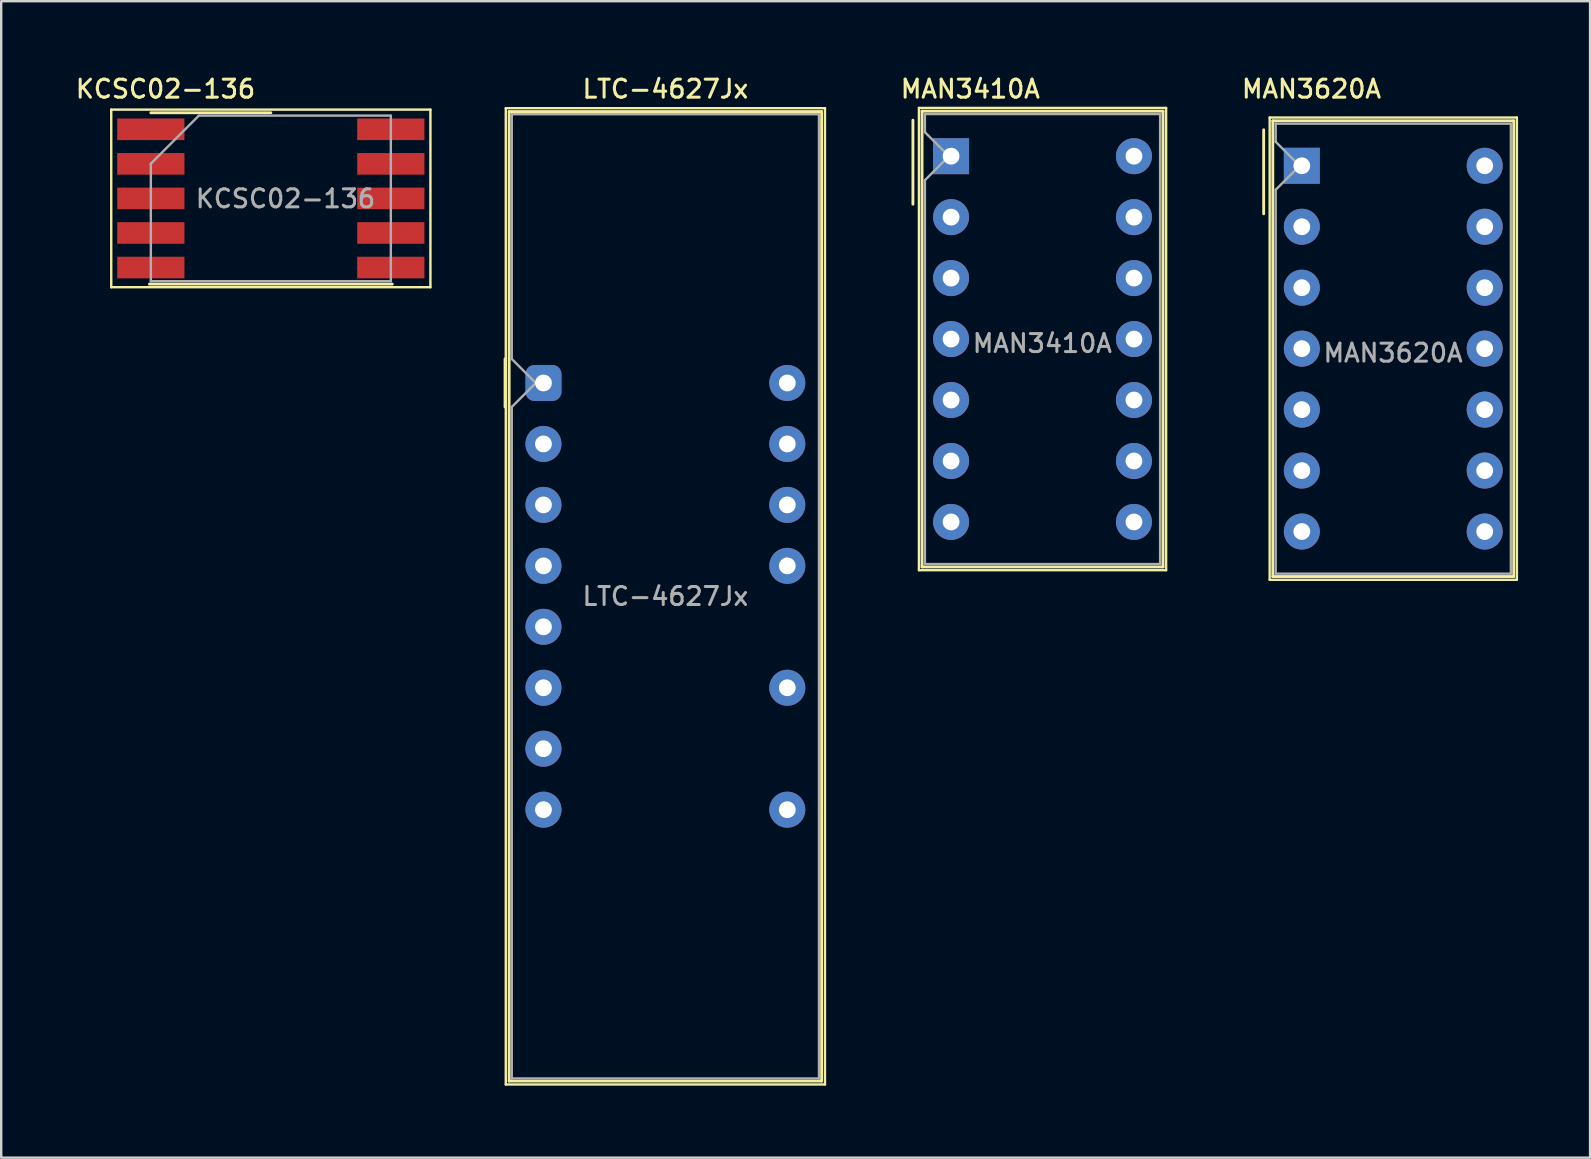
<source format=kicad_pcb>
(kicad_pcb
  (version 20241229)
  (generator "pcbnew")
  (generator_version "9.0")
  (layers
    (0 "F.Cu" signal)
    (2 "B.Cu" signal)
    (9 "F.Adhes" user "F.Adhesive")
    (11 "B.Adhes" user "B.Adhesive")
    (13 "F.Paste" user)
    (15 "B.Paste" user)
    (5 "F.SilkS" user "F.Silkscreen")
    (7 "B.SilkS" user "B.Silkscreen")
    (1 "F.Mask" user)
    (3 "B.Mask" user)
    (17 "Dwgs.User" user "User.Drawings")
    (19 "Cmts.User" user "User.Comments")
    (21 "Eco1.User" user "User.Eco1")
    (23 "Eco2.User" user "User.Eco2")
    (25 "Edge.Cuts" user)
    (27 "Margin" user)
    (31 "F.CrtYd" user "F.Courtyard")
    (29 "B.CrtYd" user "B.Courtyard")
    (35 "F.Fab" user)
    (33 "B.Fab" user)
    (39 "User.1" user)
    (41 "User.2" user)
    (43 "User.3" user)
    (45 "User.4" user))
  (footprint "KCSC02-136"
    (layer "F.Cu")
    (at 8.235 5.218)
    (property "Reference" "KCSC02-136" (at -4.39 -4.56 0) (layer "F.SilkS") (effects (font (size 0.75 0.75) (thickness 0.125))))
    (attr smd)
    (fp_line (start -6.65 -3.7) (end -6.65 3.7) (stroke (width 0.1) (type solid)) (layer "F.SilkS"))
    (fp_line (start -6.65 -3.7) (end 6.65 -3.7) (stroke (width 0.1) (type solid)) (layer "F.SilkS"))
    (fp_line (start -5 -3.57) (end 0 -3.57) (stroke (width 0.12) (type solid)) (layer "F.SilkS"))
    (fp_line (start 5.06 3.57) (end -5.06 3.57) (stroke (width 0.12) (type solid)) (layer "F.SilkS"))
    (fp_line (start 6.65 -3.7) (end 6.65 3.7) (stroke (width 0.1) (type solid)) (layer "F.SilkS"))
    (fp_line (start 6.65 3.7) (end -6.65 3.7) (stroke (width 0.1) (type solid)) (layer "F.SilkS"))
    (fp_line (start -5 -1.45) (end -3 -3.45) (stroke (width 0.1) (type solid)) (layer "F.Fab"))
    (fp_line (start -5 3.45) (end -5 -1.45) (stroke (width 0.1) (type solid)) (layer "F.Fab"))
    (fp_line (start -3 -3.45) (end 5 -3.45) (stroke (width 0.1) (type solid)) (layer "F.Fab"))
    (fp_line (start 5 -3.45) (end 5 3.45) (stroke (width 0.1) (type solid)) (layer "F.Fab"))
    (fp_line (start 5 3.45) (end -5 3.45) (stroke (width 0.1) (type solid)) (layer "F.Fab"))
    (fp_text user "${REFERENCE}" (at 0.61 0.01 0) (layer "F.Fab") (effects (font (size 0.75 0.75) (thickness 0.125))))
    (pad "1" smd rect (at -5 -2.88) (size 2.8 0.9) (layers "F.Cu" "F.Mask" "F.Paste"))
    (pad "2" smd rect (at -5 -1.44) (size 2.8 0.9) (layers "F.Cu" "F.Mask" "F.Paste"))
    (pad "3" smd rect (at -5 0) (size 2.8 0.9) (layers "F.Cu" "F.Mask" "F.Paste"))
    (pad "4" smd rect (at -5 1.44) (size 2.8 0.9) (layers "F.Cu" "F.Mask" "F.Paste"))
    (pad "5" smd rect (at -5 2.88) (size 2.8 0.9) (layers "F.Cu" "F.Mask" "F.Paste"))
    (pad "6" smd rect (at 5 2.88) (size 2.8 0.9) (layers "F.Cu" "F.Mask" "F.Paste"))
    (pad "7" smd rect (at 5 1.44) (size 2.8 0.9) (layers "F.Cu" "F.Mask" "F.Paste"))
    (pad "8" smd rect (at 5 0) (size 2.8 0.9) (layers "F.Cu" "F.Mask" "F.Paste"))
    (pad "9" smd rect (at 5 -1.44) (size 2.8 0.9) (layers "F.Cu" "F.Mask" "F.Paste"))
    (pad "10" smd rect (at 5 -2.88) (size 2.8 0.9) (layers "F.Cu" "F.Mask" "F.Paste")))
  (footprint "MAN3620A"
    (layer "F.Cu")
    (at 51.195 3.858)
    (property "Reference" "MAN3620A" (at 0.4 -3.2 0) (layer "F.SilkS") (effects (font (size 0.75 0.75) (thickness 0.125))))
    (attr through_hole)
    (fp_line (start -1.59 -1.5) (end -1.59 2) (stroke (width 0.12) (type solid)) (layer "F.SilkS"))
    (fp_line (start -1.34 -2.01) (end 8.96 -2.01) (stroke (width 0.1) (type solid)) (layer "F.SilkS"))
    (fp_line (start -1.34 17.25) (end -1.34 -2.01) (stroke (width 0.1) (type solid)) (layer "F.SilkS"))
    (fp_line (start -1.21 -1.875) (end 8.83 -1.875) (stroke (width 0.12) (type solid)) (layer "F.SilkS"))
    (fp_line (start -1.21 17.115) (end -1.21 -1.875) (stroke (width 0.12) (type solid)) (layer "F.SilkS"))
    (fp_line (start 8.83 -1.875) (end 8.83 17.115) (stroke (width 0.12) (type solid)) (layer "F.SilkS"))
    (fp_line (start 8.83 17.115) (end -1.21 17.115) (stroke (width 0.12) (type solid)) (layer "F.SilkS"))
    (fp_line (start 8.96 -2.01) (end 8.96 17.25) (stroke (width 0.1) (type solid)) (layer "F.SilkS"))
    (fp_line (start 8.96 17.25) (end -1.34 17.25) (stroke (width 0.1) (type solid)) (layer "F.SilkS"))
    (fp_line (start -1.09 -1.755) (end 8.71 -1.755) (stroke (width 0.1) (type solid)) (layer "F.Fab"))
    (fp_line (start -1.09 -1) (end -1.09 -1.755) (stroke (width 0.1) (type solid)) (layer "F.Fab"))
    (fp_line (start -1.09 1) (end -0.09 0) (stroke (width 0.1) (type solid)) (layer "F.Fab"))
    (fp_line (start -1.09 16.995) (end -1.09 1) (stroke (width 0.1) (type solid)) (layer "F.Fab"))
    (fp_line (start -0.09 0) (end -1.09 -1) (stroke (width 0.1) (type solid)) (layer "F.Fab"))
    (fp_line (start 8.71 -1.755) (end 8.71 16.995) (stroke (width 0.1) (type solid)) (layer "F.Fab"))
    (fp_line (start 8.71 16.995) (end -1.09 16.995) (stroke (width 0.1) (type solid)) (layer "F.Fab"))
    (fp_text user "${REFERENCE}" (at 3.8 7.8 0) (layer "F.Fab") (effects (font (size 0.75 0.75) (thickness 0.125))))
    (pad "1" thru_hole rect (at 0 0) (size 1.5 1.5) (drill 0.7) (layers "*.Cu" "*.Mask"))
    (pad "2" thru_hole circle (at 0 2.54) (size 1.5 1.5) (drill 0.7) (layers "*.Cu" "*.Mask"))
    (pad "3" thru_hole circle (at 0 5.08) (size 1.5 1.5) (drill 0.7) (layers "*.Cu" "*.Mask"))
    (pad "4" thru_hole circle (at 0 7.62) (size 1.5 1.5) (drill 0.7) (layers "*.Cu" "*.Mask"))
    (pad "5" thru_hole circle (at 0 10.16) (size 1.5 1.5) (drill 0.7) (layers "*.Cu" "*.Mask"))
    (pad "6" thru_hole circle (at 0 12.7) (size 1.5 1.5) (drill 0.7) (layers "*.Cu" "*.Mask"))
    (pad "7" thru_hole circle (at 0 15.24) (size 1.5 1.5) (drill 0.7) (layers "*.Cu" "*.Mask"))
    (pad "8" thru_hole circle (at 7.62 15.24) (size 1.5 1.5) (drill 0.7) (layers "*.Cu" "*.Mask"))
    (pad "9" thru_hole circle (at 7.62 12.7) (size 1.5 1.5) (drill 0.7) (layers "*.Cu" "*.Mask"))
    (pad "10" thru_hole circle (at 7.62 10.16) (size 1.5 1.5) (drill 0.7) (layers "*.Cu" "*.Mask"))
    (pad "11" thru_hole circle (at 7.62 7.62) (size 1.5 1.5) (drill 0.7) (layers "*.Cu" "*.Mask"))
    (pad "12" thru_hole circle (at 7.62 5.08) (size 1.5 1.5) (drill 0.7) (layers "*.Cu" "*.Mask"))
    (pad "13" thru_hole circle (at 7.62 2.54) (size 1.5 1.5) (drill 0.7) (layers "*.Cu" "*.Mask"))
    (pad "14" thru_hole circle (at 7.62 0) (size 1.5 1.5) (drill 0.7) (layers "*.Cu" "*.Mask")))
  (footprint "LTC-4627Jx"
    (layer "F.Cu")
    (at 19.595 12.908)
    (property "Reference" "LTC-4627Jx" (at 5.08 -12.25 0) (layer "F.SilkS") (effects (font (size 0.75 0.75) (thickness 0.125))))
    (attr through_hole)
    (fp_line (start -1.6 -1) (end -1.6 1) (stroke (width 0.12) (type solid)) (layer "F.SilkS"))
    (fp_line (start -1.57 -11.45) (end -1.57 29.23) (stroke (width 0.1) (type solid)) (layer "F.SilkS"))
    (fp_line (start -1.57 -11.45) (end 11.73 -11.45) (stroke (width 0.1) (type solid)) (layer "F.SilkS"))
    (fp_line (start -1.57 29.23) (end 11.73 29.23) (stroke (width 0.1) (type solid)) (layer "F.SilkS"))
    (fp_line (start -1.43 -11.31) (end -1.43 29.09) (stroke (width 0.12) (type solid)) (layer "F.SilkS"))
    (fp_line (start -1.43 -11.31) (end 11.59 -11.31) (stroke (width 0.12) (type solid)) (layer "F.SilkS"))
    (fp_line (start -1.43 29.09) (end 11.59 29.09) (stroke (width 0.12) (type solid)) (layer "F.SilkS"))
    (fp_line (start 11.59 -11.31) (end 11.59 29.09) (stroke (width 0.12) (type solid)) (layer "F.SilkS"))
    (fp_line (start 11.73 -11.45) (end 11.73 29.23) (stroke (width 0.1) (type solid)) (layer "F.SilkS"))
    (fp_line (start -1.32 -11.2) (end -1.32 -1) (stroke (width 0.1) (type solid)) (layer "F.Fab"))
    (fp_line (start -1.32 -11.2) (end 11.48 -11.2) (stroke (width 0.1) (type solid)) (layer "F.Fab"))
    (fp_line (start -1.32 -1) (end -0.32 0) (stroke (width 0.1) (type solid)) (layer "F.Fab"))
    (fp_line (start -1.32 1) (end -1.32 28.98) (stroke (width 0.1) (type solid)) (layer "F.Fab"))
    (fp_line (start -1.32 28.98) (end 11.48 28.98) (stroke (width 0.1) (type solid)) (layer "F.Fab"))
    (fp_line (start -0.32 0) (end -1.32 1) (stroke (width 0.1) (type solid)) (layer "F.Fab"))
    (fp_line (start 11.48 -11.2) (end 11.48 28.98) (stroke (width 0.1) (type solid)) (layer "F.Fab"))
    (fp_text user "${REFERENCE}" (at 5.08 8.89 0) (layer "F.Fab") (effects (font (size 0.75 0.75) (thickness 0.125))))
    (pad "1" thru_hole roundrect (at 0 0) (size 1.5 1.5) (drill 0.7) (layers "*.Cu" "*.Mask") (roundrect_rratio 0.25))
    (pad "2" thru_hole circle (at 0 2.54) (size 1.5 1.5) (drill 0.7) (layers "*.Cu" "*.Mask"))
    (pad "3" thru_hole circle (at 0 5.08) (size 1.5 1.5) (drill 0.7) (layers "*.Cu" "*.Mask"))
    (pad "4" thru_hole circle (at 0 7.62) (size 1.5 1.5) (drill 0.7) (layers "*.Cu" "*.Mask"))
    (pad "5" thru_hole circle (at 0 10.16) (size 1.5 1.5) (drill 0.7) (layers "*.Cu" "*.Mask"))
    (pad "6" thru_hole circle (at 0 12.7) (size 1.5 1.5) (drill 0.7) (layers "*.Cu" "*.Mask"))
    (pad "7" thru_hole circle (at 0 15.24) (size 1.5 1.5) (drill 0.7) (layers "*.Cu" "*.Mask"))
    (pad "8" thru_hole circle (at 0 17.78) (size 1.5 1.5) (drill 0.7) (layers "*.Cu" "*.Mask"))
    (pad "9" thru_hole circle (at 10.16 17.78) (size 1.5 1.5) (drill 0.7) (layers "*.Cu" "*.Mask"))
    (pad "11" thru_hole circle (at 10.16 12.7) (size 1.5 1.5) (drill 0.7) (layers "*.Cu" "*.Mask"))
    (pad "13" thru_hole circle (at 10.16 7.62) (size 1.5 1.5) (drill 0.7) (layers "*.Cu" "*.Mask"))
    (pad "14" thru_hole circle (at 10.16 5.08) (size 1.5 1.5) (drill 0.7) (layers "*.Cu" "*.Mask"))
    (pad "15" thru_hole circle (at 10.16 2.54) (size 1.5 1.5) (drill 0.7) (layers "*.Cu" "*.Mask"))
    (pad "16" thru_hole circle (at 10.16 0) (size 1.5 1.5) (drill 0.7) (layers "*.Cu" "*.Mask")))
  (footprint "MAN3410A"
    (layer "F.Cu")
    (at 36.58 3.458)
    (property "Reference" "MAN3410A" (at 0.8 -2.8 0) (layer "F.SilkS") (effects (font (size 0.75 0.75) (thickness 0.125))))
    (attr through_hole)
    (fp_line (start -1.59 -1.5) (end -1.59 2) (stroke (width 0.12) (type solid)) (layer "F.SilkS"))
    (fp_line (start -1.34 -2.01) (end 8.96 -2.01) (stroke (width 0.1) (type solid)) (layer "F.SilkS"))
    (fp_line (start -1.34 17.25) (end -1.34 -2.01) (stroke (width 0.1) (type solid)) (layer "F.SilkS"))
    (fp_line (start -1.21 -1.875) (end 8.83 -1.875) (stroke (width 0.12) (type solid)) (layer "F.SilkS"))
    (fp_line (start -1.21 17.115) (end -1.21 -1.875) (stroke (width 0.12) (type solid)) (layer "F.SilkS"))
    (fp_line (start 8.83 -1.875) (end 8.83 17.115) (stroke (width 0.12) (type solid)) (layer "F.SilkS"))
    (fp_line (start 8.83 17.115) (end -1.21 17.115) (stroke (width 0.12) (type solid)) (layer "F.SilkS"))
    (fp_line (start 8.96 -2.01) (end 8.96 17.25) (stroke (width 0.1) (type solid)) (layer "F.SilkS"))
    (fp_line (start 8.96 17.25) (end -1.34 17.25) (stroke (width 0.1) (type solid)) (layer "F.SilkS"))
    (fp_line (start -1.09 -1.755) (end 8.71 -1.755) (stroke (width 0.1) (type solid)) (layer "F.Fab"))
    (fp_line (start -1.09 -1) (end -1.09 -1.755) (stroke (width 0.1) (type solid)) (layer "F.Fab"))
    (fp_line (start -1.09 1) (end -0.09 0) (stroke (width 0.1) (type solid)) (layer "F.Fab"))
    (fp_line (start -1.09 16.995) (end -1.09 1) (stroke (width 0.1) (type solid)) (layer "F.Fab"))
    (fp_line (start -0.09 0) (end -1.09 -1) (stroke (width 0.1) (type solid)) (layer "F.Fab"))
    (fp_line (start 8.71 -1.755) (end 8.71 16.995) (stroke (width 0.1) (type solid)) (layer "F.Fab"))
    (fp_line (start 8.71 16.995) (end -1.09 16.995) (stroke (width 0.1) (type solid)) (layer "F.Fab"))
    (fp_text user "${REFERENCE}" (at 3.8 7.8 0) (layer "F.Fab") (effects (font (size 0.75 0.75) (thickness 0.125))))
    (pad "1" thru_hole rect (at 0 0) (size 1.5 1.5) (drill 0.7) (layers "*.Cu" "*.Mask"))
    (pad "2" thru_hole circle (at 0 2.54) (size 1.5 1.5) (drill 0.7) (layers "*.Cu" "*.Mask"))
    (pad "3" thru_hole circle (at 0 5.08) (size 1.5 1.5) (drill 0.7) (layers "*.Cu" "*.Mask"))
    (pad "4" thru_hole circle (at 0 7.62) (size 1.5 1.5) (drill 0.7) (layers "*.Cu" "*.Mask"))
    (pad "5" thru_hole circle (at 0 10.16) (size 1.5 1.5) (drill 0.7) (layers "*.Cu" "*.Mask"))
    (pad "6" thru_hole circle (at 0 12.7) (size 1.5 1.5) (drill 0.7) (layers "*.Cu" "*.Mask"))
    (pad "7" thru_hole circle (at 0 15.24) (size 1.5 1.5) (drill 0.7) (layers "*.Cu" "*.Mask"))
    (pad "8" thru_hole circle (at 7.62 15.24) (size 1.5 1.5) (drill 0.7) (layers "*.Cu" "*.Mask"))
    (pad "9" thru_hole circle (at 7.62 12.7) (size 1.5 1.5) (drill 0.7) (layers "*.Cu" "*.Mask"))
    (pad "10" thru_hole circle (at 7.62 10.16) (size 1.5 1.5) (drill 0.7) (layers "*.Cu" "*.Mask"))
    (pad "11" thru_hole circle (at 7.62 7.62) (size 1.5 1.5) (drill 0.7) (layers "*.Cu" "*.Mask"))
    (pad "12" thru_hole circle (at 7.62 5.08) (size 1.5 1.5) (drill 0.7) (layers "*.Cu" "*.Mask"))
    (pad "13" thru_hole circle (at 7.62 2.54) (size 1.5 1.5) (drill 0.7) (layers "*.Cu" "*.Mask"))
    (pad "14" thru_hole circle (at 7.62 0) (size 1.5 1.5) (drill 0.7) (layers "*.Cu" "*.Mask")))
  (gr_rect
    (start -3 -3)
    (end 63.205 45.188)
    (stroke (width 0.1) (type default))
    (fill no)
    (layer "Edge.Cuts")))
</source>
